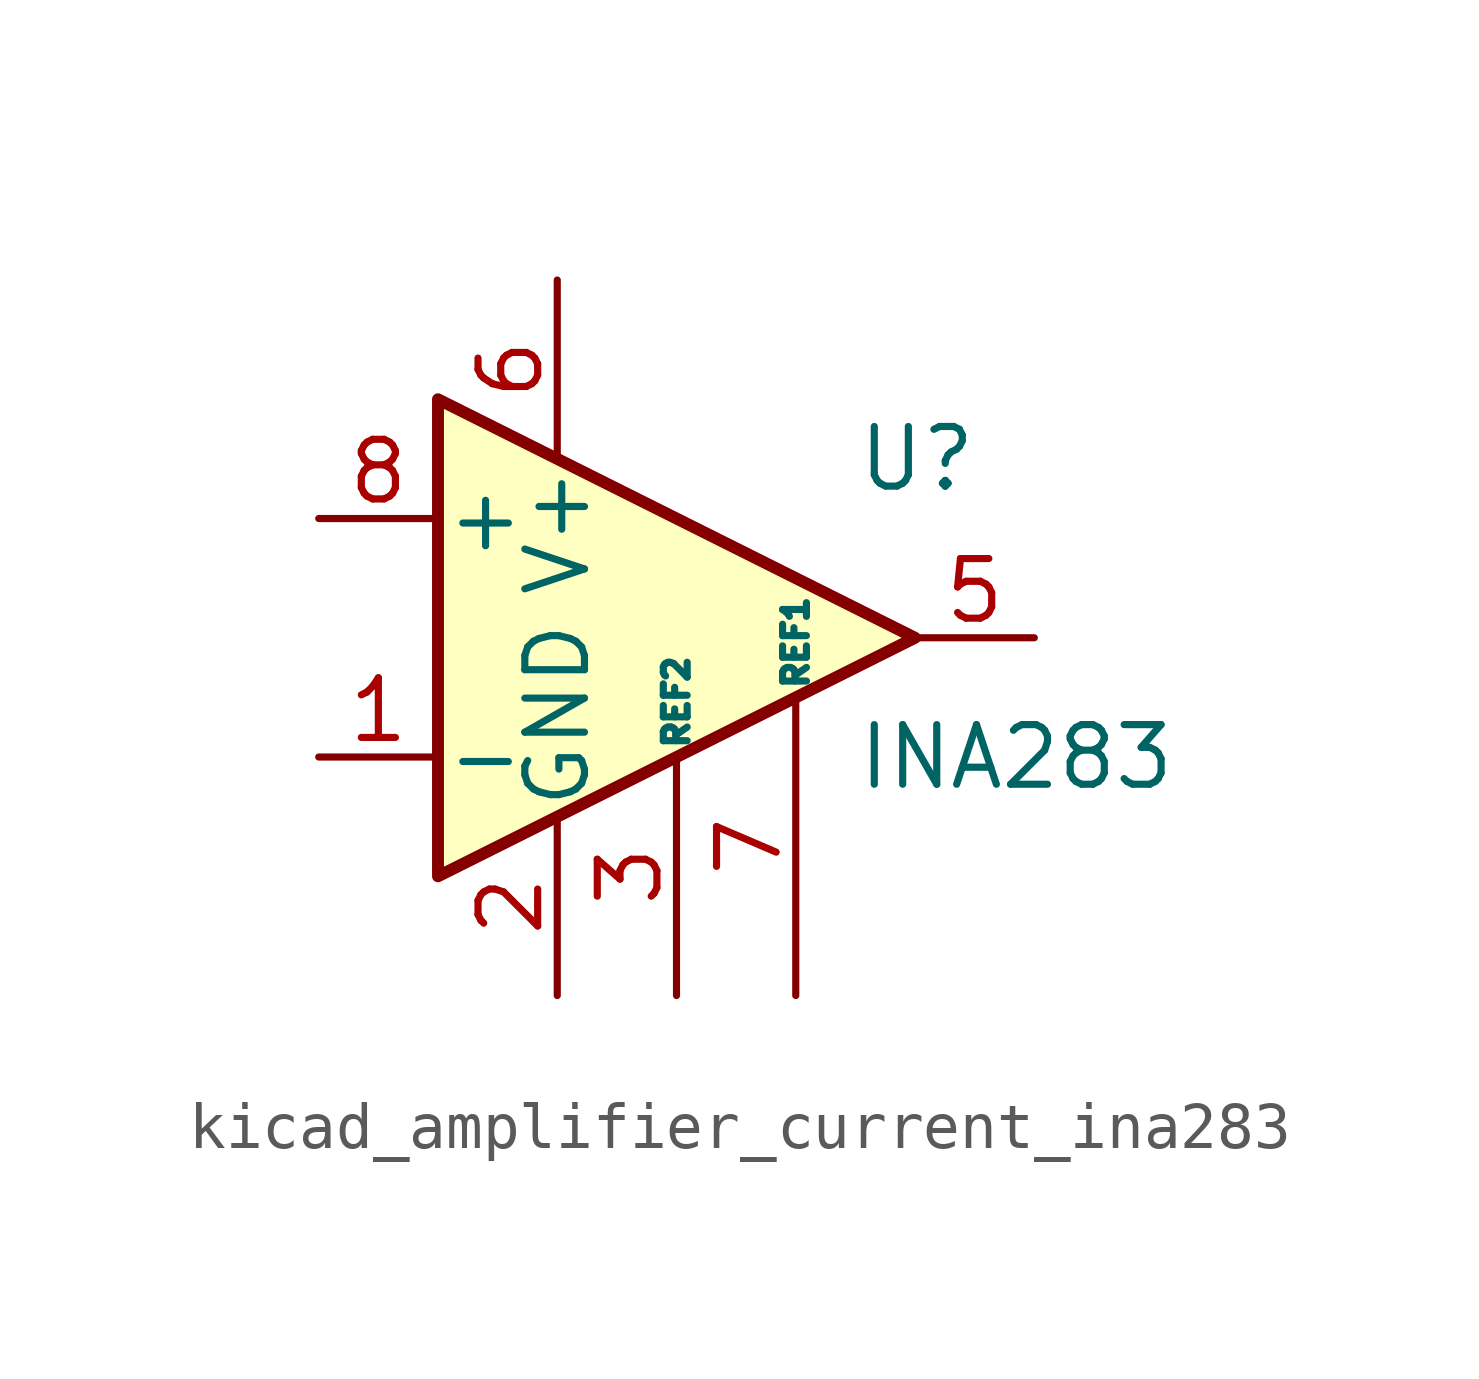
<source format=kicad_sym>
(kicad_symbol_lib
  (version 20220914)
  (generator kicad_symbol_editor)
  (symbol "kicad_amplifier_current_ina283"
    (pin_names
      (offset 0.127))
    (property "Reference" "U"
      (at 3.81 3.81 0)
      (effects (font (size 1.27 1.27)) (justify left)))
    (property "Value" "INA283"
      (at 3.81 -2.54 0)
      (effects (font (size 1.27 1.27)) (justify left)))
    (symbol "kicad_amplifier_current_ina283_0_1"
      (polyline (pts (xy 5.08 0) (xy -5.08 5.08) (xy -5.08 -5.08) (xy 5.08 0)) (stroke (width 0.254) (type default)) (fill (type background))))
    (symbol "kicad_amplifier_current_ina283_1_1"
      (pin input line (at -7.62 -2.54 0) (length 2.54) (name "-" (effects (font (size 1.27 1.27)))) (number "1" (effects (font (size 1.27 1.27)))))
      (pin power_in line (at -2.54 -7.62 90) (length 3.81) (name "GND" (effects (font (size 1.27 1.27)))) (number "2" (effects (font (size 1.27 1.27)))))
      (pin input line (at 0 -7.62 90) (length 5.08) (name "REF2" (effects (font (size 0.508 0.508)))) (number "3" (effects (font (size 1.27 1.27)))))
      (pin no_connect line (at -5.08 0 0) (length 2.54) hide (name "NC" (effects (font (size 1.27 1.27)))) (number "4" (effects (font (size 1.27 1.27)))))
      (pin output line (at 7.62 0 180) (length 2.54) (name "~" (effects (font (size 1.27 1.27)))) (number "5" (effects (font (size 1.27 1.27)))))
      (pin input line (at -2.54 7.62 270) (length 3.81) (name "V+" (effects (font (size 1.27 1.27)))) (number "6" (effects (font (size 1.27 1.27)))))
      (pin input line (at 2.54 -7.62 90) (length 6.35) (name "REF1" (effects (font (size 0.508 0.508)))) (number "7" (effects (font (size 1.27 1.27)))))
      (pin input line (at -7.62 2.54 0) (length 2.54) (name "+" (effects (font (size 1.27 1.27)))) (number "8" (effects (font (size 1.27 1.27))))))))
</source>
